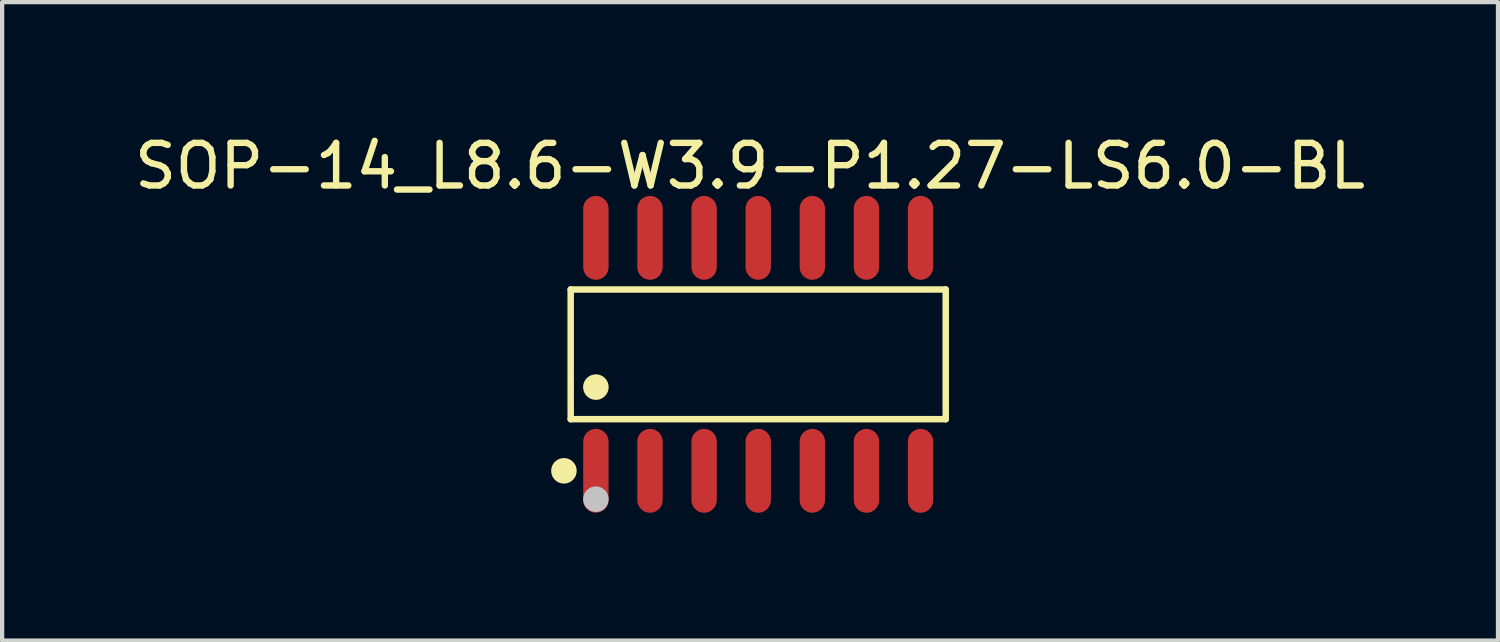
<source format=kicad_pcb>
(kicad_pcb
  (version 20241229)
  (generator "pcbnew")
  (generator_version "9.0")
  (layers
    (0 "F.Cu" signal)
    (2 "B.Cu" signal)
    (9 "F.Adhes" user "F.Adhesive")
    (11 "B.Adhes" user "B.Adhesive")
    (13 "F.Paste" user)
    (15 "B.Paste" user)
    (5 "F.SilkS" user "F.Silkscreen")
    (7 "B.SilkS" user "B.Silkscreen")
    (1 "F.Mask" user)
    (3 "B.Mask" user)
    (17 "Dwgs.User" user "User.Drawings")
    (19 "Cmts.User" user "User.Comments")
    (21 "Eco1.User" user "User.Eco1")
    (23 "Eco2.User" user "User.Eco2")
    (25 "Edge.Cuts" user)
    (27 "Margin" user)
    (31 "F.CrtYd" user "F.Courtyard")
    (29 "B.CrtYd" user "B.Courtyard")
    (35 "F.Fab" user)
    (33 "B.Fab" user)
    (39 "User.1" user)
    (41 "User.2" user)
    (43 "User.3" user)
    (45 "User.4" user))
  (footprint "SOP-14_L8.6-W3.9-P1.27-LS6.0-BL"
    (layer "F.Cu")
    (at 14.745 5.266)
    (property "Reference" "SOP-14_L8.6-W3.9-P1.27-LS6.0-BL" (at -0.192 -4.418 0) (layer "F.SilkS") (effects (font (size 1 1) (thickness 0.15))))
    (fp_line (start -4.401 -1.522) (end 4.401 -1.522) (stroke (width 0.152) (type default)) (layer "F.SilkS"))
    (fp_line (start -4.401 1.522) (end -4.401 -1.522) (stroke (width 0.152) (type default)) (layer "F.SilkS"))
    (fp_line (start 4.401 -1.522) (end 4.401 1.522) (stroke (width 0.152) (type default)) (layer "F.SilkS"))
    (fp_line (start 4.401 1.522) (end -4.401 1.522) (stroke (width 0.152) (type default)) (layer "F.SilkS"))
    (fp_circle (center -4.56 2.734) (end -4.41 2.734) (stroke (width 0.3) (type default)) (fill no) (layer "F.SilkS"))
    (fp_circle (center -3.81 0.769) (end -3.66 0.769) (stroke (width 0.3) (type default)) (fill no) (layer "F.SilkS"))
    (fp_circle (center -3.81 3.4) (end -3.66 3.4) (stroke (width 0.3) (type default)) (fill no) (layer "Dwgs.User"))
    (fp_poly (pts (xy -4.01 -2.1) (xy -4.01 -3) (xy -3.61 -3) (xy -3.61 -2.1)) (stroke (width 0.1) (type default)) (fill no) (layer "User.1"))
    (fp_poly (pts (xy -4.01 -1.94) (xy -4.01 -2.11) (xy -3.61 -2.11) (xy -3.61 -1.94)) (stroke (width 0.1) (type default)) (fill no) (layer "User.1"))
    (fp_poly (pts (xy -4.01 2.11) (xy -4.01 1.94) (xy -3.61 1.94) (xy -3.61 2.11)) (stroke (width 0.1) (type default)) (fill no) (layer "User.1"))
    (fp_poly (pts (xy -4.01 3) (xy -4.01 2.1) (xy -3.61 2.1) (xy -3.61 3)) (stroke (width 0.1) (type default)) (fill no) (layer "User.1"))
    (fp_poly (pts (xy -2.74 -2.1) (xy -2.74 -3) (xy -2.34 -3) (xy -2.34 -2.1)) (stroke (width 0.1) (type default)) (fill no) (layer "User.1"))
    (fp_poly (pts (xy -2.74 -1.94) (xy -2.74 -2.11) (xy -2.34 -2.11) (xy -2.34 -1.94)) (stroke (width 0.1) (type default)) (fill no) (layer "User.1"))
    (fp_poly (pts (xy -2.74 2.11) (xy -2.74 1.94) (xy -2.34 1.94) (xy -2.34 2.11)) (stroke (width 0.1) (type default)) (fill no) (layer "User.1"))
    (fp_poly (pts (xy -2.74 3) (xy -2.74 2.1) (xy -2.34 2.1) (xy -2.34 3)) (stroke (width 0.1) (type default)) (fill no) (layer "User.1"))
    (fp_poly (pts (xy -1.47 -2.1) (xy -1.47 -3) (xy -1.07 -3) (xy -1.07 -2.1)) (stroke (width 0.1) (type default)) (fill no) (layer "User.1"))
    (fp_poly (pts (xy -1.47 -1.94) (xy -1.47 -2.11) (xy -1.07 -2.11) (xy -1.07 -1.94)) (stroke (width 0.1) (type default)) (fill no) (layer "User.1"))
    (fp_poly (pts (xy -1.47 2.11) (xy -1.47 1.94) (xy -1.07 1.94) (xy -1.07 2.11)) (stroke (width 0.1) (type default)) (fill no) (layer "User.1"))
    (fp_poly (pts (xy -1.47 3) (xy -1.47 2.1) (xy -1.07 2.1) (xy -1.07 3)) (stroke (width 0.1) (type default)) (fill no) (layer "User.1"))
    (fp_poly (pts (xy -0.2 -2.1) (xy -0.2 -3) (xy 0.2 -3) (xy 0.2 -2.1)) (stroke (width 0.1) (type default)) (fill no) (layer "User.1"))
    (fp_poly (pts (xy -0.2 -1.94) (xy -0.2 -2.11) (xy 0.2 -2.11) (xy 0.2 -1.94)) (stroke (width 0.1) (type default)) (fill no) (layer "User.1"))
    (fp_poly (pts (xy -0.2 2.11) (xy -0.2 1.94) (xy 0.2 1.94) (xy 0.2 2.11)) (stroke (width 0.1) (type default)) (fill no) (layer "User.1"))
    (fp_poly (pts (xy -0.2 3) (xy -0.2 2.1) (xy 0.2 2.1) (xy 0.2 3)) (stroke (width 0.1) (type default)) (fill no) (layer "User.1"))
    (fp_poly (pts (xy 1.07 -2.1) (xy 1.07 -3) (xy 1.47 -3) (xy 1.47 -2.1)) (stroke (width 0.1) (type default)) (fill no) (layer "User.1"))
    (fp_poly (pts (xy 1.07 -1.94) (xy 1.07 -2.11) (xy 1.47 -2.11) (xy 1.47 -1.94)) (stroke (width 0.1) (type default)) (fill no) (layer "User.1"))
    (fp_poly (pts (xy 1.07 2.11) (xy 1.07 1.94) (xy 1.47 1.94) (xy 1.47 2.11)) (stroke (width 0.1) (type default)) (fill no) (layer "User.1"))
    (fp_poly (pts (xy 1.07 3) (xy 1.07 2.1) (xy 1.47 2.1) (xy 1.47 3)) (stroke (width 0.1) (type default)) (fill no) (layer "User.1"))
    (fp_poly (pts (xy 2.34 -2.1) (xy 2.34 -3) (xy 2.74 -3) (xy 2.74 -2.1)) (stroke (width 0.1) (type default)) (fill no) (layer "User.1"))
    (fp_poly (pts (xy 2.34 -1.94) (xy 2.34 -2.11) (xy 2.74 -2.11) (xy 2.74 -1.94)) (stroke (width 0.1) (type default)) (fill no) (layer "User.1"))
    (fp_poly (pts (xy 2.34 2.11) (xy 2.34 1.94) (xy 2.74 1.94) (xy 2.74 2.11)) (stroke (width 0.1) (type default)) (fill no) (layer "User.1"))
    (fp_poly (pts (xy 2.34 3) (xy 2.34 2.1) (xy 2.74 2.1) (xy 2.74 3)) (stroke (width 0.1) (type default)) (fill no) (layer "User.1"))
    (fp_poly (pts (xy 3.61 -2.1) (xy 3.61 -3) (xy 4.01 -3) (xy 4.01 -2.1)) (stroke (width 0.1) (type default)) (fill no) (layer "User.1"))
    (fp_poly (pts (xy 3.61 -1.94) (xy 3.61 -2.11) (xy 4.01 -2.11) (xy 4.01 -1.94)) (stroke (width 0.1) (type default)) (fill no) (layer "User.1"))
    (fp_poly (pts (xy 3.61 2.11) (xy 3.61 1.94) (xy 4.01 1.94) (xy 4.01 2.11)) (stroke (width 0.1) (type default)) (fill no) (layer "User.1"))
    (fp_poly (pts (xy 3.61 3) (xy 3.61 2.1) (xy 4.01 2.1) (xy 4.01 3)) (stroke (width 0.1) (type default)) (fill no) (layer "User.1"))
    (fp_line (start -4.325 -1.95) (end 4.325 -1.95) (stroke (width 0.051) (type default)) (layer "User.2"))
    (fp_line (start -4.325 1.95) (end -4.325 -1.95) (stroke (width 0.051) (type default)) (layer "User.2"))
    (fp_line (start 4.325 -1.95) (end 4.325 1.95) (stroke (width 0.051) (type default)) (layer "User.2"))
    (fp_line (start 4.325 1.95) (end -4.325 1.95) (stroke (width 0.051) (type default)) (layer "User.2"))
    (fp_poly (pts (xy -4.27 2.977) (xy -4.302 2.945) (xy -4.348 2.945) (xy -4.38 2.977) (xy -4.38 3.023) (xy -4.348 3.055) (xy -4.302 3.055) (xy -4.27 3.023)) (stroke (width 0.1) (type default)) (fill no) (layer "User.3"))
    (pad "1" smd oval (at -3.81 2.734) (size 0.595 1.968) (layers "F.Cu" "F.Mask" "F.Paste"))
    (pad "2" smd oval (at -2.54 2.734) (size 0.595 1.968) (layers "F.Cu" "F.Mask" "F.Paste"))
    (pad "3" smd oval (at -1.27 2.734) (size 0.595 1.968) (layers "F.Cu" "F.Mask" "F.Paste"))
    (pad "4" smd oval (at 0 2.734) (size 0.595 1.968) (layers "F.Cu" "F.Mask" "F.Paste"))
    (pad "5" smd oval (at 1.27 2.734) (size 0.595 1.968) (layers "F.Cu" "F.Mask" "F.Paste"))
    (pad "6" smd oval (at 2.54 2.734) (size 0.595 1.968) (layers "F.Cu" "F.Mask" "F.Paste"))
    (pad "7" smd oval (at 3.81 2.734) (size 0.595 1.968) (layers "F.Cu" "F.Mask" "F.Paste"))
    (pad "8" smd oval (at 3.81 -2.734) (size 0.595 1.968) (layers "F.Cu" "F.Mask" "F.Paste"))
    (pad "9" smd oval (at 2.54 -2.734) (size 0.595 1.968) (layers "F.Cu" "F.Mask" "F.Paste"))
    (pad "10" smd oval (at 1.27 -2.734) (size 0.595 1.968) (layers "F.Cu" "F.Mask" "F.Paste"))
    (pad "11" smd oval (at 0 -2.734) (size 0.595 1.968) (layers "F.Cu" "F.Mask" "F.Paste"))
    (pad "12" smd oval (at -1.27 -2.734) (size 0.595 1.968) (layers "F.Cu" "F.Mask" "F.Paste"))
    (pad "13" smd oval (at -2.54 -2.734) (size 0.595 1.968) (layers "F.Cu" "F.Mask" "F.Paste"))
    (pad "14" smd oval (at -3.81 -2.734) (size 0.595 1.968) (layers "F.Cu" "F.Mask" "F.Paste")))
  (gr_rect
    (start -3 -3)
    (end 32.107 11.984)
    (stroke (width 0.1) (type default))
    (fill no)
    (layer "Edge.Cuts")))
</source>
